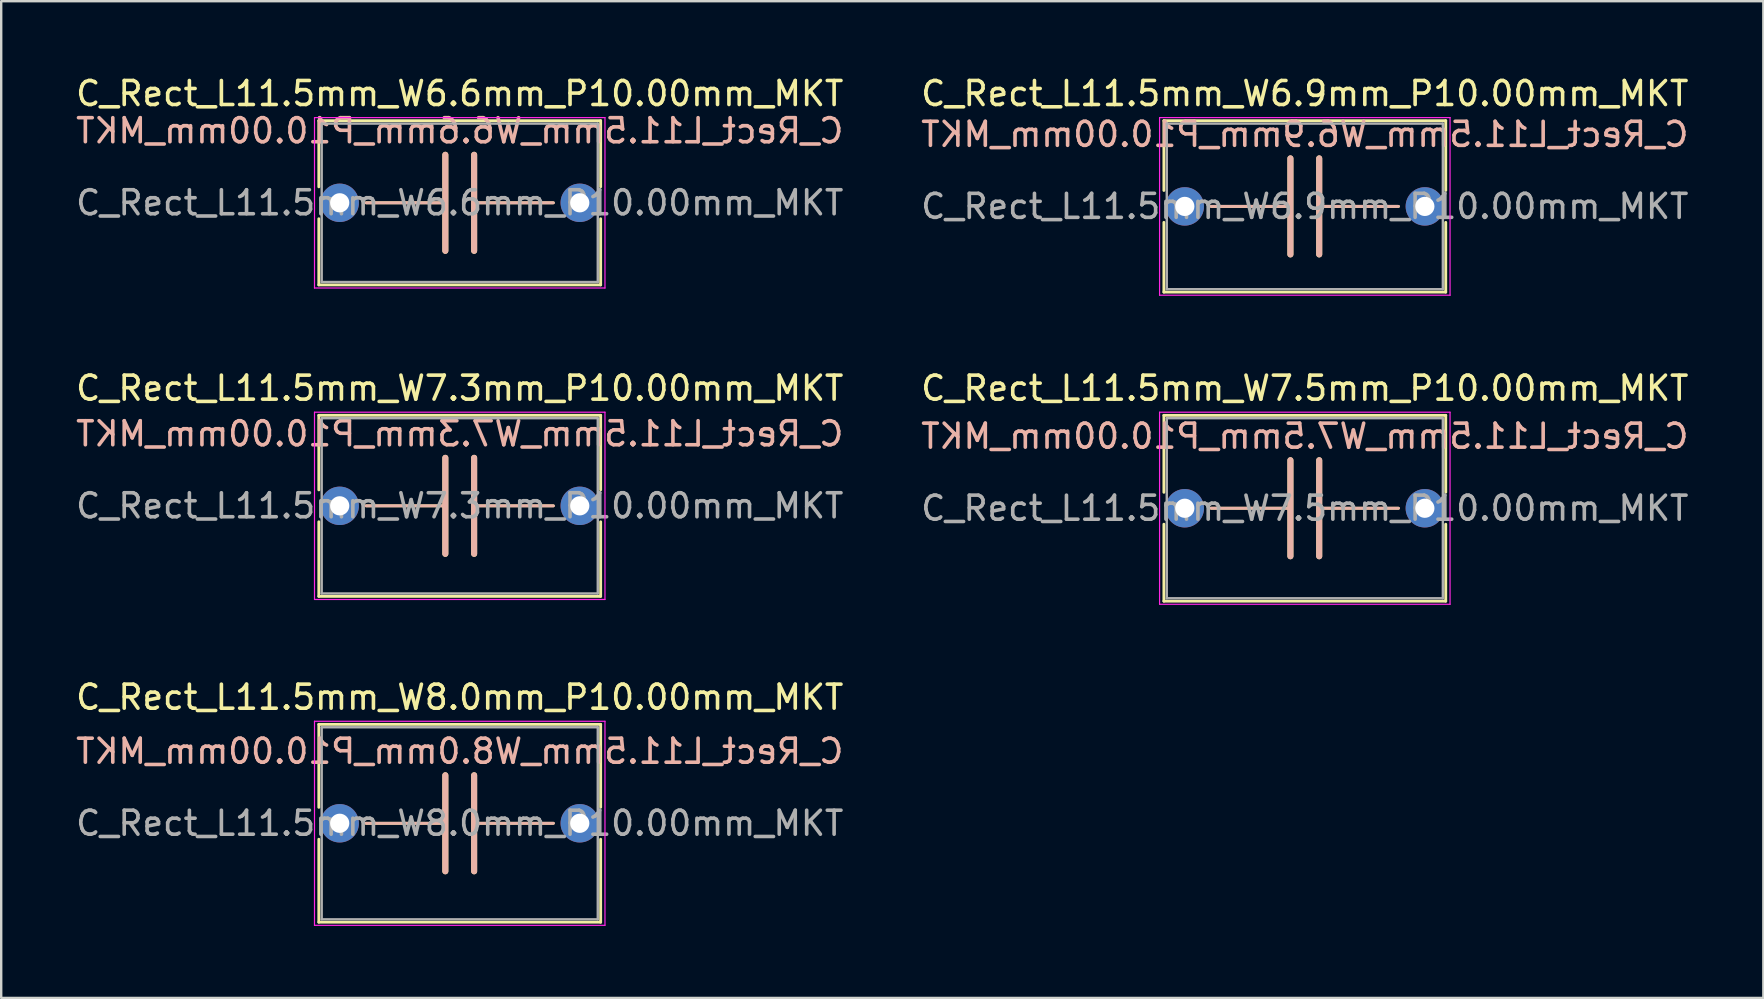
<source format=kicad_pcb>
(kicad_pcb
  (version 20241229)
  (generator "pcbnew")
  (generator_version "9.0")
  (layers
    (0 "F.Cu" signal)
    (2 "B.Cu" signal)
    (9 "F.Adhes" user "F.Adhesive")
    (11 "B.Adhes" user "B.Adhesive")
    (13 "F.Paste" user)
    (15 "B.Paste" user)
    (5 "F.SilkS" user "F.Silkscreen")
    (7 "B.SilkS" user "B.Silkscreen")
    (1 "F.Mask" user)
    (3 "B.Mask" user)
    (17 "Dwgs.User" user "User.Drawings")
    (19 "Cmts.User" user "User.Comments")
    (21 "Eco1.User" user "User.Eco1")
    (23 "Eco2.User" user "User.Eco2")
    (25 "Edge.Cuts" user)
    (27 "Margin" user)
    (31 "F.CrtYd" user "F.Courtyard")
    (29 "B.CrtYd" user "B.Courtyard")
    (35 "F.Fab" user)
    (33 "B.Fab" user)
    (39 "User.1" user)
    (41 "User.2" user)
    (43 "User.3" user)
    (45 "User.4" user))
  (footprint "C_Rect_L11.5mm_W6.9mm_P10.00mm_MKT"
    (layer "F.Cu")
    (at 46.304 5.548)
    (property "Reference" "C_Rect_L11.5mm_W6.9mm_P10.00mm_MKT" (at 5 -4.7 0) (layer "F.SilkS") (effects (font (size 1 1) (thickness 0.15))))
    (fp_line (start -0.87 -3.57) (end -0.87 -0.665) (stroke (width 0.12) (type solid)) (layer "F.SilkS"))
    (fp_line (start -0.87 -3.57) (end 10.87 -3.57) (stroke (width 0.12) (type solid)) (layer "F.SilkS"))
    (fp_line (start -0.87 0.665) (end -0.87 3.57) (stroke (width 0.12) (type solid)) (layer "F.SilkS"))
    (fp_line (start -0.87 3.57) (end 10.87 3.57) (stroke (width 0.12) (type solid)) (layer "F.SilkS"))
    (fp_line (start 1.1 0) (end 4.4 0) (stroke (width 0.12) (type solid)) (layer "F.SilkS"))
    (fp_line (start 4.4 2) (end 4.4 -2) (stroke (width 0.25) (type solid)) (layer "F.SilkS"))
    (fp_line (start 5.6 2) (end 5.6 -2) (stroke (width 0.25) (type solid)) (layer "F.SilkS"))
    (fp_line (start 8.9 0) (end 5.6 0) (stroke (width 0.12) (type solid)) (layer "F.SilkS"))
    (fp_line (start 10.87 -3.57) (end 10.87 -0.665) (stroke (width 0.12) (type solid)) (layer "F.SilkS"))
    (fp_line (start 10.87 0.665) (end 10.87 3.57) (stroke (width 0.12) (type solid)) (layer "F.SilkS"))
    (fp_line (start 1.1 0) (end 4.4 0) (stroke (width 0.12) (type solid)) (layer "B.SilkS"))
    (fp_line (start 4.4 -2) (end 4.4 2) (stroke (width 0.25) (type solid)) (layer "B.SilkS"))
    (fp_line (start 5.6 -2) (end 5.6 2) (stroke (width 0.25) (type solid)) (layer "B.SilkS"))
    (fp_line (start 8.9 0) (end 5.6 0) (stroke (width 0.12) (type solid)) (layer "B.SilkS"))
    (fp_line (start -1.05 -3.7) (end -1.05 3.7) (stroke (width 0.05) (type solid)) (layer "F.CrtYd"))
    (fp_line (start -1.05 3.7) (end 11.05 3.7) (stroke (width 0.05) (type solid)) (layer "F.CrtYd"))
    (fp_line (start 11.05 -3.7) (end -1.05 -3.7) (stroke (width 0.05) (type solid)) (layer "F.CrtYd"))
    (fp_line (start 11.05 3.7) (end 11.05 -3.7) (stroke (width 0.05) (type solid)) (layer "F.CrtYd"))
    (fp_line (start -0.75 -3.45) (end -0.75 3.45) (stroke (width 0.1) (type solid)) (layer "F.Fab"))
    (fp_line (start -0.75 3.45) (end 10.75 3.45) (stroke (width 0.1) (type solid)) (layer "F.Fab"))
    (fp_line (start 10.75 -3.45) (end -0.75 -3.45) (stroke (width 0.1) (type solid)) (layer "F.Fab"))
    (fp_line (start 10.75 3.45) (end 10.75 -3.45) (stroke (width 0.1) (type solid)) (layer "F.Fab"))
    (fp_text user "${REFERENCE}" (at 5 -3 0) (layer "B.SilkS") (effects (font (size 1 1) (thickness 0.15)) (justify mirror)))
    (fp_text user "${REFERENCE}" (at 5 0 0) (layer "F.Fab") (effects (font (size 1 1) (thickness 0.15))))
    (pad "1" thru_hole circle (at 0 0) (size 1.6 1.6) (drill 0.8) (layers "*.Cu" "*.Mask"))
    (pad "2" thru_hole circle (at 10 0) (size 1.6 1.6) (drill 0.8) (layers "*.Cu" "*.Mask")))
  (footprint "C_Rect_L11.5mm_W7.3mm_P10.00mm_MKT"
    (layer "F.Cu")
    (at 11.101 18.021)
    (property "Reference" "C_Rect_L11.5mm_W7.3mm_P10.00mm_MKT" (at 5 -4.9 0) (layer "F.SilkS") (effects (font (size 1 1) (thickness 0.15))))
    (fp_line (start -0.87 -3.77) (end -0.87 -0.665) (stroke (width 0.12) (type solid)) (layer "F.SilkS"))
    (fp_line (start -0.87 -3.77) (end 10.87 -3.77) (stroke (width 0.12) (type solid)) (layer "F.SilkS"))
    (fp_line (start -0.87 0.665) (end -0.87 3.77) (stroke (width 0.12) (type solid)) (layer "F.SilkS"))
    (fp_line (start -0.87 3.77) (end 10.87 3.77) (stroke (width 0.12) (type solid)) (layer "F.SilkS"))
    (fp_line (start 1.1 0) (end 4.4 0) (stroke (width 0.12) (type solid)) (layer "F.SilkS"))
    (fp_line (start 4.4 2) (end 4.4 -2) (stroke (width 0.25) (type solid)) (layer "F.SilkS"))
    (fp_line (start 5.6 2) (end 5.6 -2) (stroke (width 0.25) (type solid)) (layer "F.SilkS"))
    (fp_line (start 8.9 0) (end 5.6 0) (stroke (width 0.12) (type solid)) (layer "F.SilkS"))
    (fp_line (start 10.87 -3.77) (end 10.87 -0.665) (stroke (width 0.12) (type solid)) (layer "F.SilkS"))
    (fp_line (start 10.87 0.665) (end 10.87 3.77) (stroke (width 0.12) (type solid)) (layer "F.SilkS"))
    (fp_line (start 1.1 0) (end 4.4 0) (stroke (width 0.12) (type solid)) (layer "B.SilkS"))
    (fp_line (start 4.4 -2) (end 4.4 2) (stroke (width 0.25) (type solid)) (layer "B.SilkS"))
    (fp_line (start 5.6 -2) (end 5.6 2) (stroke (width 0.25) (type solid)) (layer "B.SilkS"))
    (fp_line (start 8.9 0) (end 5.6 0) (stroke (width 0.12) (type solid)) (layer "B.SilkS"))
    (fp_line (start -1.05 -3.9) (end -1.05 3.9) (stroke (width 0.05) (type solid)) (layer "F.CrtYd"))
    (fp_line (start -1.05 3.9) (end 11.05 3.9) (stroke (width 0.05) (type solid)) (layer "F.CrtYd"))
    (fp_line (start 11.05 -3.9) (end -1.05 -3.9) (stroke (width 0.05) (type solid)) (layer "F.CrtYd"))
    (fp_line (start 11.05 3.9) (end 11.05 -3.9) (stroke (width 0.05) (type solid)) (layer "F.CrtYd"))
    (fp_line (start -0.75 -3.65) (end -0.75 3.65) (stroke (width 0.1) (type solid)) (layer "F.Fab"))
    (fp_line (start -0.75 3.65) (end 10.75 3.65) (stroke (width 0.1) (type solid)) (layer "F.Fab"))
    (fp_line (start 10.75 -3.65) (end -0.75 -3.65) (stroke (width 0.1) (type solid)) (layer "F.Fab"))
    (fp_line (start 10.75 3.65) (end 10.75 -3.65) (stroke (width 0.1) (type solid)) (layer "F.Fab"))
    (fp_text user "${REFERENCE}" (at 5 -3 0) (layer "B.SilkS") (effects (font (size 1 1) (thickness 0.15)) (justify mirror)))
    (fp_text user "${REFERENCE}" (at 5 0 0) (layer "F.Fab") (effects (font (size 1 1) (thickness 0.15))))
    (pad "1" thru_hole circle (at 0 0) (size 1.6 1.6) (drill 0.8) (layers "*.Cu" "*.Mask"))
    (pad "2" thru_hole circle (at 10 0) (size 1.6 1.6) (drill 0.8) (layers "*.Cu" "*.Mask")))
  (footprint "C_Rect_L11.5mm_W7.5mm_P10.00mm_MKT"
    (layer "F.Cu")
    (at 46.304 18.122)
    (property "Reference" "C_Rect_L11.5mm_W7.5mm_P10.00mm_MKT" (at 5 -5 0) (layer "F.SilkS") (effects (font (size 1 1) (thickness 0.15))))
    (fp_line (start -0.87 -3.87) (end -0.87 -0.665) (stroke (width 0.12) (type solid)) (layer "F.SilkS"))
    (fp_line (start -0.87 -3.87) (end 10.87 -3.87) (stroke (width 0.12) (type solid)) (layer "F.SilkS"))
    (fp_line (start -0.87 0.665) (end -0.87 3.87) (stroke (width 0.12) (type solid)) (layer "F.SilkS"))
    (fp_line (start -0.87 3.87) (end 10.87 3.87) (stroke (width 0.12) (type solid)) (layer "F.SilkS"))
    (fp_line (start 1.1 0) (end 4.4 0) (stroke (width 0.12) (type solid)) (layer "F.SilkS"))
    (fp_line (start 4.4 2) (end 4.4 -2) (stroke (width 0.25) (type solid)) (layer "F.SilkS"))
    (fp_line (start 5.6 2) (end 5.6 -2) (stroke (width 0.25) (type solid)) (layer "F.SilkS"))
    (fp_line (start 8.9 0) (end 5.6 0) (stroke (width 0.12) (type solid)) (layer "F.SilkS"))
    (fp_line (start 10.87 -3.87) (end 10.87 -0.665) (stroke (width 0.12) (type solid)) (layer "F.SilkS"))
    (fp_line (start 10.87 0.665) (end 10.87 3.87) (stroke (width 0.12) (type solid)) (layer "F.SilkS"))
    (fp_line (start 1.1 0) (end 4.4 0) (stroke (width 0.12) (type solid)) (layer "B.SilkS"))
    (fp_line (start 4.4 -2) (end 4.4 2) (stroke (width 0.25) (type solid)) (layer "B.SilkS"))
    (fp_line (start 5.6 -2) (end 5.6 2) (stroke (width 0.25) (type solid)) (layer "B.SilkS"))
    (fp_line (start 8.9 0) (end 5.6 0) (stroke (width 0.12) (type solid)) (layer "B.SilkS"))
    (fp_line (start -1.05 -4) (end -1.05 4) (stroke (width 0.05) (type solid)) (layer "F.CrtYd"))
    (fp_line (start -1.05 4) (end 11.05 4) (stroke (width 0.05) (type solid)) (layer "F.CrtYd"))
    (fp_line (start 11.05 -4) (end -1.05 -4) (stroke (width 0.05) (type solid)) (layer "F.CrtYd"))
    (fp_line (start 11.05 4) (end 11.05 -4) (stroke (width 0.05) (type solid)) (layer "F.CrtYd"))
    (fp_line (start -0.75 -3.75) (end -0.75 3.75) (stroke (width 0.1) (type solid)) (layer "F.Fab"))
    (fp_line (start -0.75 3.75) (end 10.75 3.75) (stroke (width 0.1) (type solid)) (layer "F.Fab"))
    (fp_line (start 10.75 -3.75) (end -0.75 -3.75) (stroke (width 0.1) (type solid)) (layer "F.Fab"))
    (fp_line (start 10.75 3.75) (end 10.75 -3.75) (stroke (width 0.1) (type solid)) (layer "F.Fab"))
    (fp_text user "${REFERENCE}" (at 5 -3 0) (layer "B.SilkS") (effects (font (size 1 1) (thickness 0.15)) (justify mirror)))
    (fp_text user "${REFERENCE}" (at 5 0 0) (layer "F.Fab") (effects (font (size 1 1) (thickness 0.15))))
    (pad "1" thru_hole circle (at 0 0) (size 1.6 1.6) (drill 0.8) (layers "*.Cu" "*.Mask"))
    (pad "2" thru_hole circle (at 10 0) (size 1.6 1.6) (drill 0.8) (layers "*.Cu" "*.Mask")))
  (footprint "C_Rect_L11.5mm_W6.6mm_P10.00mm_MKT"
    (layer "F.Cu")
    (at 11.101 5.398)
    (property "Reference" "C_Rect_L11.5mm_W6.6mm_P10.00mm_MKT" (at 5 -4.55 0) (layer "F.SilkS") (effects (font (size 1 1) (thickness 0.15))))
    (fp_line (start -0.87 -3.42) (end -0.87 -0.665) (stroke (width 0.12) (type solid)) (layer "F.SilkS"))
    (fp_line (start -0.87 -3.42) (end 10.87 -3.42) (stroke (width 0.12) (type solid)) (layer "F.SilkS"))
    (fp_line (start -0.87 0.665) (end -0.87 3.42) (stroke (width 0.12) (type solid)) (layer "F.SilkS"))
    (fp_line (start -0.87 3.42) (end 10.87 3.42) (stroke (width 0.12) (type solid)) (layer "F.SilkS"))
    (fp_line (start 1.1 0) (end 4.4 0) (stroke (width 0.12) (type solid)) (layer "F.SilkS"))
    (fp_line (start 4.4 2) (end 4.4 -2) (stroke (width 0.25) (type solid)) (layer "F.SilkS"))
    (fp_line (start 5.6 2) (end 5.6 -2) (stroke (width 0.25) (type solid)) (layer "F.SilkS"))
    (fp_line (start 8.9 0) (end 5.6 0) (stroke (width 0.12) (type solid)) (layer "F.SilkS"))
    (fp_line (start 10.87 -3.42) (end 10.87 -0.665) (stroke (width 0.12) (type solid)) (layer "F.SilkS"))
    (fp_line (start 10.87 0.665) (end 10.87 3.42) (stroke (width 0.12) (type solid)) (layer "F.SilkS"))
    (fp_line (start 1.1 0) (end 4.4 0) (stroke (width 0.12) (type solid)) (layer "B.SilkS"))
    (fp_line (start 4.4 -2) (end 4.4 2) (stroke (width 0.25) (type solid)) (layer "B.SilkS"))
    (fp_line (start 5.6 -2) (end 5.6 2) (stroke (width 0.25) (type solid)) (layer "B.SilkS"))
    (fp_line (start 8.9 0) (end 5.6 0) (stroke (width 0.12) (type solid)) (layer "B.SilkS"))
    (fp_line (start -1.05 -3.55) (end -1.05 3.55) (stroke (width 0.05) (type solid)) (layer "F.CrtYd"))
    (fp_line (start -1.05 3.55) (end 11.05 3.55) (stroke (width 0.05) (type solid)) (layer "F.CrtYd"))
    (fp_line (start 11.05 -3.55) (end -1.05 -3.55) (stroke (width 0.05) (type solid)) (layer "F.CrtYd"))
    (fp_line (start 11.05 3.55) (end 11.05 -3.55) (stroke (width 0.05) (type solid)) (layer "F.CrtYd"))
    (fp_line (start -0.75 -3.3) (end -0.75 3.3) (stroke (width 0.1) (type solid)) (layer "F.Fab"))
    (fp_line (start -0.75 3.3) (end 10.75 3.3) (stroke (width 0.1) (type solid)) (layer "F.Fab"))
    (fp_line (start 10.75 -3.3) (end -0.75 -3.3) (stroke (width 0.1) (type solid)) (layer "F.Fab"))
    (fp_line (start 10.75 3.3) (end 10.75 -3.3) (stroke (width 0.1) (type solid)) (layer "F.Fab"))
    (fp_text user "${REFERENCE}" (at 5 -3 0) (layer "B.SilkS") (effects (font (size 1 1) (thickness 0.15)) (justify mirror)))
    (fp_text user "${REFERENCE}" (at 5 0 0) (layer "F.Fab") (effects (font (size 1 1) (thickness 0.15))))
    (pad "1" thru_hole circle (at 0 0) (size 1.6 1.6) (drill 0.8) (layers "*.Cu" "*.Mask"))
    (pad "2" thru_hole circle (at 10 0) (size 1.6 1.6) (drill 0.8) (layers "*.Cu" "*.Mask")))
  (footprint "C_Rect_L11.5mm_W8.0mm_P10.00mm_MKT"
    (layer "F.Cu")
    (at 11.101 31.245)
    (property "Reference" "C_Rect_L11.5mm_W8.0mm_P10.00mm_MKT" (at 5 -5.25 0) (layer "F.SilkS") (effects (font (size 1 1) (thickness 0.15))))
    (fp_line (start -0.87 -4.12) (end -0.87 -0.665) (stroke (width 0.12) (type solid)) (layer "F.SilkS"))
    (fp_line (start -0.87 -4.12) (end 10.87 -4.12) (stroke (width 0.12) (type solid)) (layer "F.SilkS"))
    (fp_line (start -0.87 0.665) (end -0.87 4.12) (stroke (width 0.12) (type solid)) (layer "F.SilkS"))
    (fp_line (start -0.87 4.12) (end 10.87 4.12) (stroke (width 0.12) (type solid)) (layer "F.SilkS"))
    (fp_line (start 1.1 0) (end 4.4 0) (stroke (width 0.12) (type solid)) (layer "F.SilkS"))
    (fp_line (start 4.4 2) (end 4.4 -2) (stroke (width 0.25) (type solid)) (layer "F.SilkS"))
    (fp_line (start 5.6 2) (end 5.6 -2) (stroke (width 0.25) (type solid)) (layer "F.SilkS"))
    (fp_line (start 8.9 0) (end 5.6 0) (stroke (width 0.12) (type solid)) (layer "F.SilkS"))
    (fp_line (start 10.87 -4.12) (end 10.87 -0.665) (stroke (width 0.12) (type solid)) (layer "F.SilkS"))
    (fp_line (start 10.87 0.665) (end 10.87 4.12) (stroke (width 0.12) (type solid)) (layer "F.SilkS"))
    (fp_line (start 1.1 0) (end 4.4 0) (stroke (width 0.12) (type solid)) (layer "B.SilkS"))
    (fp_line (start 4.4 -2) (end 4.4 2) (stroke (width 0.25) (type solid)) (layer "B.SilkS"))
    (fp_line (start 5.6 -2) (end 5.6 2) (stroke (width 0.25) (type solid)) (layer "B.SilkS"))
    (fp_line (start 8.9 0) (end 5.6 0) (stroke (width 0.12) (type solid)) (layer "B.SilkS"))
    (fp_line (start -1.05 -4.25) (end -1.05 4.25) (stroke (width 0.05) (type solid)) (layer "F.CrtYd"))
    (fp_line (start -1.05 4.25) (end 11.05 4.25) (stroke (width 0.05) (type solid)) (layer "F.CrtYd"))
    (fp_line (start 11.05 -4.25) (end -1.05 -4.25) (stroke (width 0.05) (type solid)) (layer "F.CrtYd"))
    (fp_line (start 11.05 4.25) (end 11.05 -4.25) (stroke (width 0.05) (type solid)) (layer "F.CrtYd"))
    (fp_line (start -0.75 -4) (end -0.75 4) (stroke (width 0.1) (type solid)) (layer "F.Fab"))
    (fp_line (start -0.75 4) (end 10.75 4) (stroke (width 0.1) (type solid)) (layer "F.Fab"))
    (fp_line (start 10.75 -4) (end -0.75 -4) (stroke (width 0.1) (type solid)) (layer "F.Fab"))
    (fp_line (start 10.75 4) (end 10.75 -4) (stroke (width 0.1) (type solid)) (layer "F.Fab"))
    (fp_text user "${REFERENCE}" (at 5 -3 0) (layer "B.SilkS") (effects (font (size 1 1) (thickness 0.15)) (justify mirror)))
    (fp_text user "${REFERENCE}" (at 5 0 0) (layer "F.Fab") (effects (font (size 1 1) (thickness 0.15))))
    (pad "1" thru_hole circle (at 0 0) (size 1.6 1.6) (drill 0.8) (layers "*.Cu" "*.Mask"))
    (pad "2" thru_hole circle (at 10 0) (size 1.6 1.6) (drill 0.8) (layers "*.Cu" "*.Mask")))
  (gr_rect
    (start -3 -3)
    (end 70.405 38.52)
    (stroke (width 0.1) (type default))
    (fill no)
    (layer "Edge.Cuts")))
</source>
